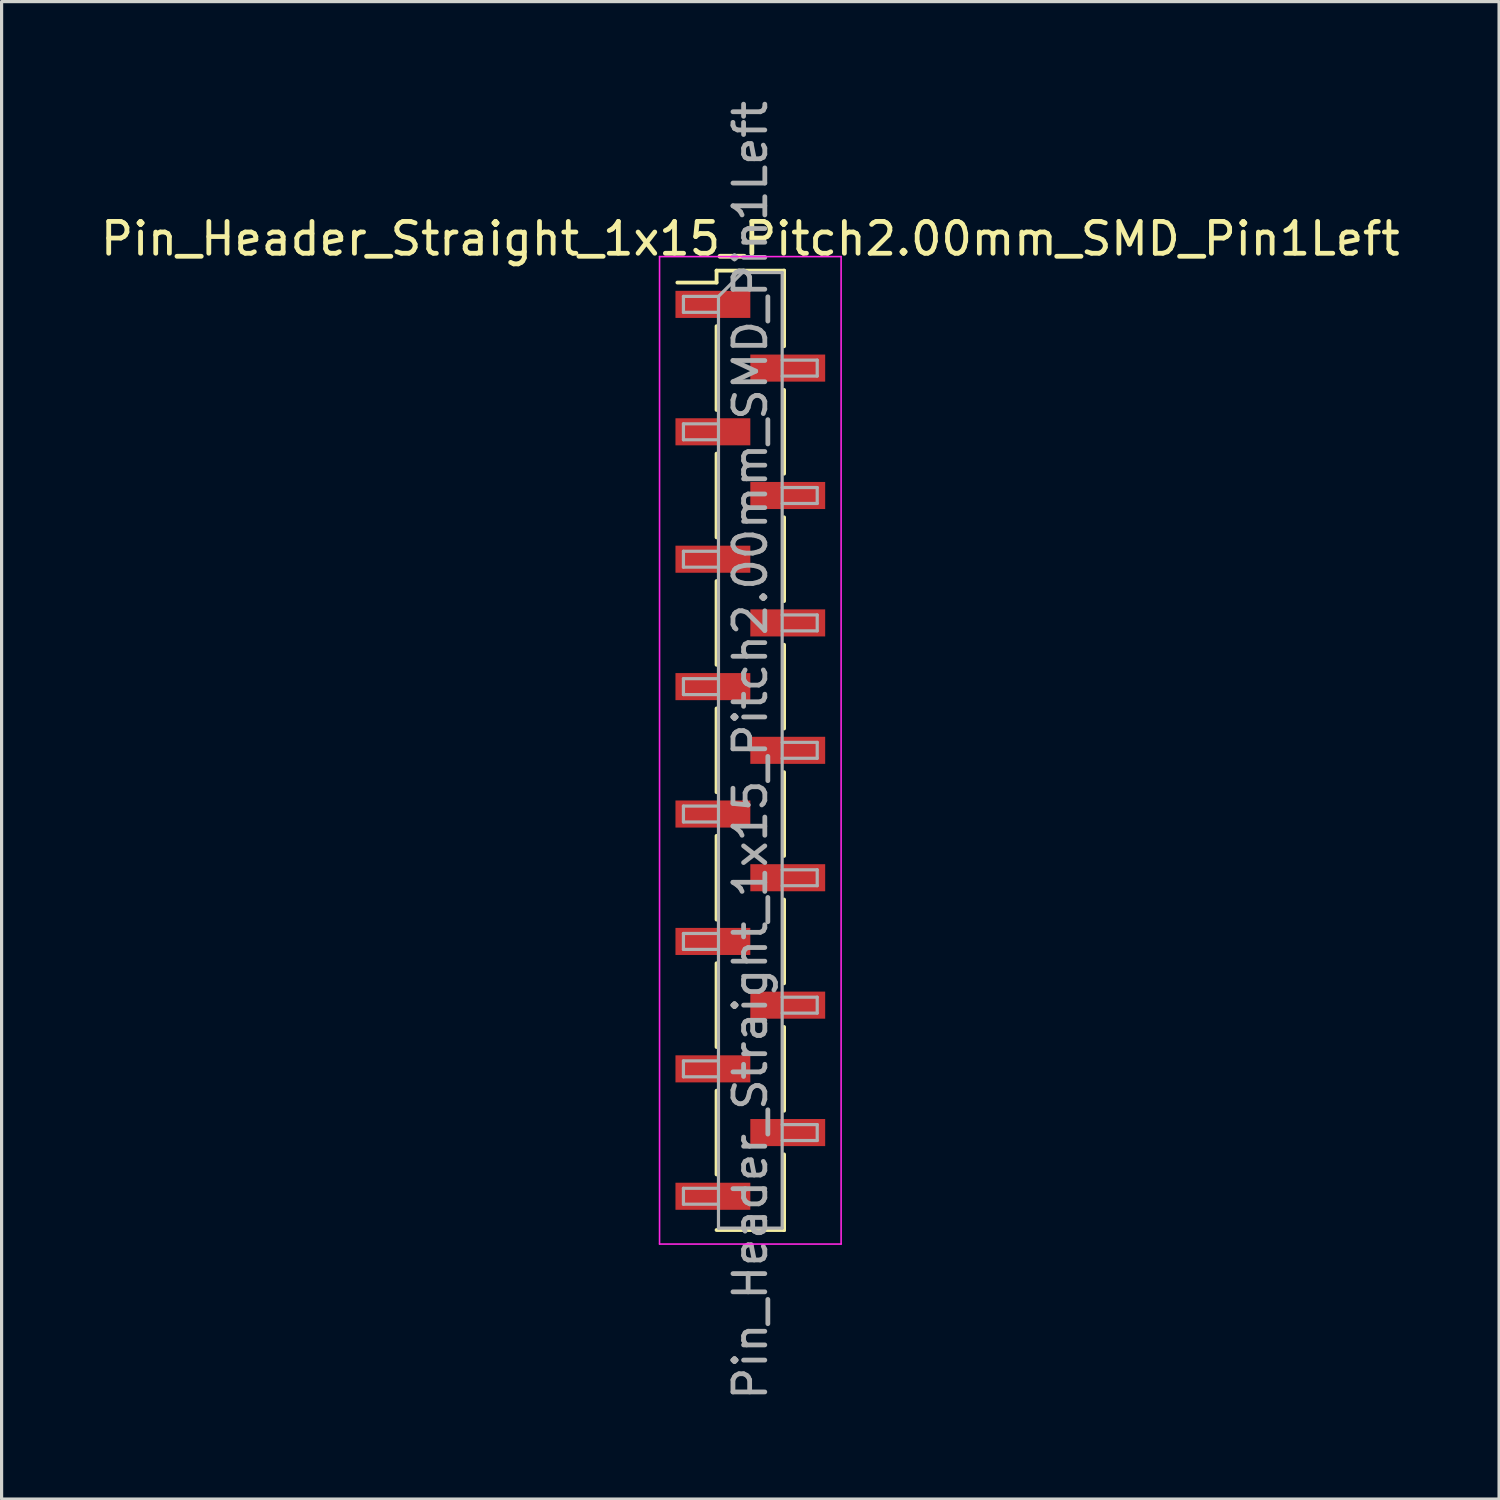
<source format=kicad_pcb>
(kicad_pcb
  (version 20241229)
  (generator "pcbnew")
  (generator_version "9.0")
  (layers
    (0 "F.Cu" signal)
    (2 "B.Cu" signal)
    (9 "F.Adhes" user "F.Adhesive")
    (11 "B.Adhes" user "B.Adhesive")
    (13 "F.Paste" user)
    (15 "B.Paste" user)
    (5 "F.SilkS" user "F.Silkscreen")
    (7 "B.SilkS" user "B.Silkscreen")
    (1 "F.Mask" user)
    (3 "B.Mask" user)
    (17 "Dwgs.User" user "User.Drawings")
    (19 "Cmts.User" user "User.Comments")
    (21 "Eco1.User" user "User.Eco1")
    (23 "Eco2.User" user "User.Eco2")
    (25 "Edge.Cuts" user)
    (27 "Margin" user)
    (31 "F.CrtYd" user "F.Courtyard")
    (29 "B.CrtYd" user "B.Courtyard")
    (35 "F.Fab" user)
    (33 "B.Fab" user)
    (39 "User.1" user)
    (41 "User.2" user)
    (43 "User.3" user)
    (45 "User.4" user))
  (footprint "Pin_Header_Straight_1x15_Pitch2.00mm_SMD_Pin1Left"
    (layer "F.Cu")
    (at 20.506 20.506)
    (property "Reference" "Pin_Header_Straight_1x15_Pitch2.00mm_SMD_Pin1Left" (at 0 -16.06 0) (layer "F.SilkS") (effects (font (size 1 1) (thickness 0.15))))
    (attr smd)
    (fp_line (start -1.06 -15.06) (end -1.06 -14.685) (stroke (width 0.12) (type solid)) (layer "F.SilkS"))
    (fp_line (start -1.06 -15.06) (end 1.06 -15.06) (stroke (width 0.12) (type solid)) (layer "F.SilkS"))
    (fp_line (start -1.06 -14.685) (end -2.29 -14.685) (stroke (width 0.12) (type solid)) (layer "F.SilkS"))
    (fp_line (start -1.06 -13.315) (end -1.06 -10.685) (stroke (width 0.12) (type solid)) (layer "F.SilkS"))
    (fp_line (start -1.06 -9.315) (end -1.06 -6.685) (stroke (width 0.12) (type solid)) (layer "F.SilkS"))
    (fp_line (start -1.06 -5.315) (end -1.06 -2.685) (stroke (width 0.12) (type solid)) (layer "F.SilkS"))
    (fp_line (start -1.06 -1.315) (end -1.06 1.315) (stroke (width 0.12) (type solid)) (layer "F.SilkS"))
    (fp_line (start -1.06 2.685) (end -1.06 5.315) (stroke (width 0.12) (type solid)) (layer "F.SilkS"))
    (fp_line (start -1.06 6.685) (end -1.06 9.315) (stroke (width 0.12) (type solid)) (layer "F.SilkS"))
    (fp_line (start -1.06 10.685) (end -1.06 13.315) (stroke (width 0.12) (type solid)) (layer "F.SilkS"))
    (fp_line (start -1.06 15.06) (end 1.06 15.06) (stroke (width 0.12) (type solid)) (layer "F.SilkS"))
    (fp_line (start 1.06 -15.06) (end 1.06 -12.685) (stroke (width 0.12) (type solid)) (layer "F.SilkS"))
    (fp_line (start 1.06 -11.315) (end 1.06 -8.685) (stroke (width 0.12) (type solid)) (layer "F.SilkS"))
    (fp_line (start 1.06 -7.315) (end 1.06 -4.685) (stroke (width 0.12) (type solid)) (layer "F.SilkS"))
    (fp_line (start 1.06 -3.315) (end 1.06 -0.685) (stroke (width 0.12) (type solid)) (layer "F.SilkS"))
    (fp_line (start 1.06 0.685) (end 1.06 3.315) (stroke (width 0.12) (type solid)) (layer "F.SilkS"))
    (fp_line (start 1.06 4.685) (end 1.06 7.315) (stroke (width 0.12) (type solid)) (layer "F.SilkS"))
    (fp_line (start 1.06 8.685) (end 1.06 11.315) (stroke (width 0.12) (type solid)) (layer "F.SilkS"))
    (fp_line (start 1.06 12.685) (end 1.06 15.06) (stroke (width 0.12) (type solid)) (layer "F.SilkS"))
    (fp_line (start 1.06 14.685) (end 1.06 15.06) (stroke (width 0.12) (type solid)) (layer "F.SilkS"))
    (fp_line (start -2.85 -15.5) (end -2.85 15.5) (stroke (width 0.05) (type solid)) (layer "F.CrtYd"))
    (fp_line (start -2.85 15.5) (end 2.85 15.5) (stroke (width 0.05) (type solid)) (layer "F.CrtYd"))
    (fp_line (start 2.85 -15.5) (end -2.85 -15.5) (stroke (width 0.05) (type solid)) (layer "F.CrtYd"))
    (fp_line (start 2.85 15.5) (end 2.85 -15.5) (stroke (width 0.05) (type solid)) (layer "F.CrtYd"))
    (fp_line (start -2.1 -14.25) (end -2.1 -13.75) (stroke (width 0.1) (type solid)) (layer "F.Fab"))
    (fp_line (start -2.1 -13.75) (end -1 -13.75) (stroke (width 0.1) (type solid)) (layer "F.Fab"))
    (fp_line (start -2.1 -10.25) (end -2.1 -9.75) (stroke (width 0.1) (type solid)) (layer "F.Fab"))
    (fp_line (start -2.1 -9.75) (end -1 -9.75) (stroke (width 0.1) (type solid)) (layer "F.Fab"))
    (fp_line (start -2.1 -6.25) (end -2.1 -5.75) (stroke (width 0.1) (type solid)) (layer "F.Fab"))
    (fp_line (start -2.1 -5.75) (end -1 -5.75) (stroke (width 0.1) (type solid)) (layer "F.Fab"))
    (fp_line (start -2.1 -2.25) (end -2.1 -1.75) (stroke (width 0.1) (type solid)) (layer "F.Fab"))
    (fp_line (start -2.1 -1.75) (end -1 -1.75) (stroke (width 0.1) (type solid)) (layer "F.Fab"))
    (fp_line (start -2.1 1.75) (end -2.1 2.25) (stroke (width 0.1) (type solid)) (layer "F.Fab"))
    (fp_line (start -2.1 2.25) (end -1 2.25) (stroke (width 0.1) (type solid)) (layer "F.Fab"))
    (fp_line (start -2.1 5.75) (end -2.1 6.25) (stroke (width 0.1) (type solid)) (layer "F.Fab"))
    (fp_line (start -2.1 6.25) (end -1 6.25) (stroke (width 0.1) (type solid)) (layer "F.Fab"))
    (fp_line (start -2.1 9.75) (end -2.1 10.25) (stroke (width 0.1) (type solid)) (layer "F.Fab"))
    (fp_line (start -2.1 10.25) (end -1 10.25) (stroke (width 0.1) (type solid)) (layer "F.Fab"))
    (fp_line (start -2.1 13.75) (end -2.1 14.25) (stroke (width 0.1) (type solid)) (layer "F.Fab"))
    (fp_line (start -2.1 14.25) (end -1 14.25) (stroke (width 0.1) (type solid)) (layer "F.Fab"))
    (fp_line (start -1 -14.25) (end -2.1 -14.25) (stroke (width 0.1) (type solid)) (layer "F.Fab"))
    (fp_line (start -1 -14.25) (end -0.25 -15) (stroke (width 0.1) (type solid)) (layer "F.Fab"))
    (fp_line (start -1 -10.25) (end -2.1 -10.25) (stroke (width 0.1) (type solid)) (layer "F.Fab"))
    (fp_line (start -1 -6.25) (end -2.1 -6.25) (stroke (width 0.1) (type solid)) (layer "F.Fab"))
    (fp_line (start -1 -2.25) (end -2.1 -2.25) (stroke (width 0.1) (type solid)) (layer "F.Fab"))
    (fp_line (start -1 1.75) (end -2.1 1.75) (stroke (width 0.1) (type solid)) (layer "F.Fab"))
    (fp_line (start -1 5.75) (end -2.1 5.75) (stroke (width 0.1) (type solid)) (layer "F.Fab"))
    (fp_line (start -1 9.75) (end -2.1 9.75) (stroke (width 0.1) (type solid)) (layer "F.Fab"))
    (fp_line (start -1 13.75) (end -2.1 13.75) (stroke (width 0.1) (type solid)) (layer "F.Fab"))
    (fp_line (start -1 15) (end -1 -14.25) (stroke (width 0.1) (type solid)) (layer "F.Fab"))
    (fp_line (start -0.25 -15) (end 1 -15) (stroke (width 0.1) (type solid)) (layer "F.Fab"))
    (fp_line (start 1 -15) (end 1 15) (stroke (width 0.1) (type solid)) (layer "F.Fab"))
    (fp_line (start 1 -12.25) (end 2.1 -12.25) (stroke (width 0.1) (type solid)) (layer "F.Fab"))
    (fp_line (start 1 -8.25) (end 2.1 -8.25) (stroke (width 0.1) (type solid)) (layer "F.Fab"))
    (fp_line (start 1 -4.25) (end 2.1 -4.25) (stroke (width 0.1) (type solid)) (layer "F.Fab"))
    (fp_line (start 1 -0.25) (end 2.1 -0.25) (stroke (width 0.1) (type solid)) (layer "F.Fab"))
    (fp_line (start 1 3.75) (end 2.1 3.75) (stroke (width 0.1) (type solid)) (layer "F.Fab"))
    (fp_line (start 1 7.75) (end 2.1 7.75) (stroke (width 0.1) (type solid)) (layer "F.Fab"))
    (fp_line (start 1 11.75) (end 2.1 11.75) (stroke (width 0.1) (type solid)) (layer "F.Fab"))
    (fp_line (start 1 15) (end -1 15) (stroke (width 0.1) (type solid)) (layer "F.Fab"))
    (fp_line (start 2.1 -12.25) (end 2.1 -11.75) (stroke (width 0.1) (type solid)) (layer "F.Fab"))
    (fp_line (start 2.1 -11.75) (end 1 -11.75) (stroke (width 0.1) (type solid)) (layer "F.Fab"))
    (fp_line (start 2.1 -8.25) (end 2.1 -7.75) (stroke (width 0.1) (type solid)) (layer "F.Fab"))
    (fp_line (start 2.1 -7.75) (end 1 -7.75) (stroke (width 0.1) (type solid)) (layer "F.Fab"))
    (fp_line (start 2.1 -4.25) (end 2.1 -3.75) (stroke (width 0.1) (type solid)) (layer "F.Fab"))
    (fp_line (start 2.1 -3.75) (end 1 -3.75) (stroke (width 0.1) (type solid)) (layer "F.Fab"))
    (fp_line (start 2.1 -0.25) (end 2.1 0.25) (stroke (width 0.1) (type solid)) (layer "F.Fab"))
    (fp_line (start 2.1 0.25) (end 1 0.25) (stroke (width 0.1) (type solid)) (layer "F.Fab"))
    (fp_line (start 2.1 3.75) (end 2.1 4.25) (stroke (width 0.1) (type solid)) (layer "F.Fab"))
    (fp_line (start 2.1 4.25) (end 1 4.25) (stroke (width 0.1) (type solid)) (layer "F.Fab"))
    (fp_line (start 2.1 7.75) (end 2.1 8.25) (stroke (width 0.1) (type solid)) (layer "F.Fab"))
    (fp_line (start 2.1 8.25) (end 1 8.25) (stroke (width 0.1) (type solid)) (layer "F.Fab"))
    (fp_line (start 2.1 11.75) (end 2.1 12.25) (stroke (width 0.1) (type solid)) (layer "F.Fab"))
    (fp_line (start 2.1 12.25) (end 1 12.25) (stroke (width 0.1) (type solid)) (layer "F.Fab"))
    (fp_text user "${REFERENCE}" (at 0 0 90) (layer "F.Fab") (effects (font (size 1 1) (thickness 0.15))))
    (pad "1" smd rect (at -1.175 -14) (size 2.35 0.85) (layers "F.Cu" "F.Mask" "F.Paste"))
    (pad "2" smd rect (at 1.175 -12) (size 2.35 0.85) (layers "F.Cu" "F.Mask" "F.Paste"))
    (pad "3" smd rect (at -1.175 -10) (size 2.35 0.85) (layers "F.Cu" "F.Mask" "F.Paste"))
    (pad "4" smd rect (at 1.175 -8) (size 2.35 0.85) (layers "F.Cu" "F.Mask" "F.Paste"))
    (pad "5" smd rect (at -1.175 -6) (size 2.35 0.85) (layers "F.Cu" "F.Mask" "F.Paste"))
    (pad "6" smd rect (at 1.175 -4) (size 2.35 0.85) (layers "F.Cu" "F.Mask" "F.Paste"))
    (pad "7" smd rect (at -1.175 -2) (size 2.35 0.85) (layers "F.Cu" "F.Mask" "F.Paste"))
    (pad "8" smd rect (at 1.175 0) (size 2.35 0.85) (layers "F.Cu" "F.Mask" "F.Paste"))
    (pad "9" smd rect (at -1.175 2) (size 2.35 0.85) (layers "F.Cu" "F.Mask" "F.Paste"))
    (pad "10" smd rect (at 1.175 4) (size 2.35 0.85) (layers "F.Cu" "F.Mask" "F.Paste"))
    (pad "11" smd rect (at -1.175 6) (size 2.35 0.85) (layers "F.Cu" "F.Mask" "F.Paste"))
    (pad "12" smd rect (at 1.175 8) (size 2.35 0.85) (layers "F.Cu" "F.Mask" "F.Paste"))
    (pad "13" smd rect (at -1.175 10) (size 2.35 0.85) (layers "F.Cu" "F.Mask" "F.Paste"))
    (pad "14" smd rect (at 1.175 12) (size 2.35 0.85) (layers "F.Cu" "F.Mask" "F.Paste"))
    (pad "15" smd rect (at -1.175 14) (size 2.35 0.85) (layers "F.Cu" "F.Mask" "F.Paste")))
  (gr_rect
    (start -3 -3)
    (end 44.012 44.012)
    (stroke (width 0.1) (type default))
    (fill no)
    (layer "Edge.Cuts")))
</source>
